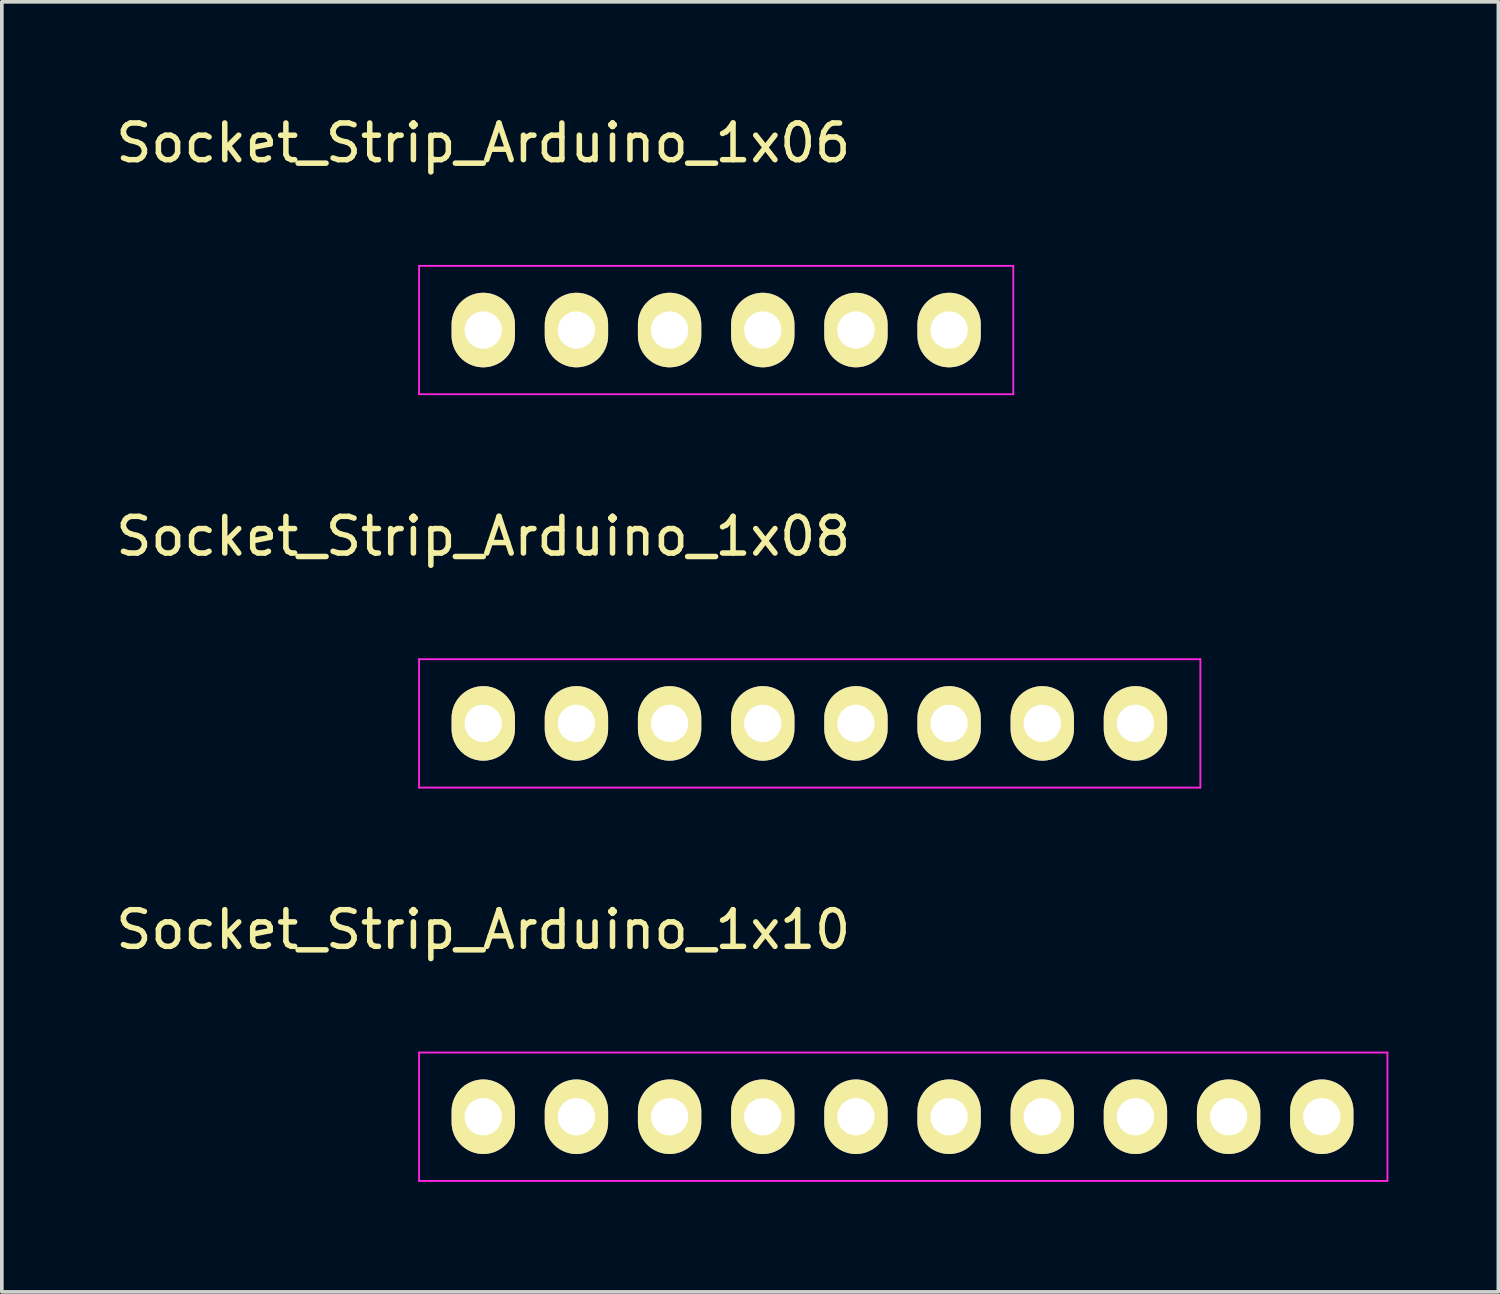
<source format=kicad_pcb>
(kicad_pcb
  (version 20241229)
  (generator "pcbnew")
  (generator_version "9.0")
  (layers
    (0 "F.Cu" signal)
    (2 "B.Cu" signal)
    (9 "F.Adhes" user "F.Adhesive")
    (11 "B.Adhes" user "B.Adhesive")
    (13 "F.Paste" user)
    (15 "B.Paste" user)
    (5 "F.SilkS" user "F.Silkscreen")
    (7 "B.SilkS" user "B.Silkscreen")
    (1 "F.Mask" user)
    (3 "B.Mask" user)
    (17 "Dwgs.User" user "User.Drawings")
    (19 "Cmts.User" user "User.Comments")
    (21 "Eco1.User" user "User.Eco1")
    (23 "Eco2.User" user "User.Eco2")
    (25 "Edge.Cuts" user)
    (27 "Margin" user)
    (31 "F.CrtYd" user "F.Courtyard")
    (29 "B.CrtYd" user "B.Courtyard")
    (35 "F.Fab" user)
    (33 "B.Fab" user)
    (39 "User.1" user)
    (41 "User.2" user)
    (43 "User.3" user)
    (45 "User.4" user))
  (footprint "Socket_Strip_Arduino_1x06"
    (layer "F.Cu")
    (at 10.125 5.948)
    (property "Reference" "Socket_Strip_Arduino_1x06" (at 0 -5.1 0) (layer "F.SilkS") (effects (font (size 1 1) (thickness 0.15))))
    (attr through_hole)
    (fp_line (start -1.75 -1.75) (end -1.75 1.75) (stroke (width 0.05) (type solid)) (layer "F.CrtYd"))
    (fp_line (start -1.75 -1.75) (end 14.45 -1.75) (stroke (width 0.05) (type solid)) (layer "F.CrtYd"))
    (fp_line (start -1.75 1.75) (end 14.45 1.75) (stroke (width 0.05) (type solid)) (layer "F.CrtYd"))
    (fp_line (start 14.45 -1.75) (end 14.45 1.75) (stroke (width 0.05) (type solid)) (layer "F.CrtYd"))
    (pad "1" thru_hole oval (at 0 0) (size 1.727 2.032) (drill 1.016) (layers "*.Cu" "*.Mask" "F.SilkS"))
    (pad "2" thru_hole oval (at 2.54 0) (size 1.727 2.032) (drill 1.016) (layers "*.Cu" "*.Mask" "F.SilkS"))
    (pad "3" thru_hole oval (at 5.08 0) (size 1.727 2.032) (drill 1.016) (layers "*.Cu" "*.Mask" "F.SilkS"))
    (pad "4" thru_hole oval (at 7.62 0) (size 1.727 2.032) (drill 1.016) (layers "*.Cu" "*.Mask" "F.SilkS"))
    (pad "5" thru_hole oval (at 10.16 0) (size 1.727 2.032) (drill 1.016) (layers "*.Cu" "*.Mask" "F.SilkS"))
    (pad "6" thru_hole oval (at 12.7 0) (size 1.727 2.032) (drill 1.016) (layers "*.Cu" "*.Mask" "F.SilkS")))
  (footprint "Socket_Strip_Arduino_1x10"
    (layer "F.Cu")
    (at 10.125 27.395)
    (property "Reference" "Socket_Strip_Arduino_1x10" (at 0 -5.1 0) (layer "F.SilkS") (effects (font (size 1 1) (thickness 0.15))))
    (attr through_hole)
    (fp_line (start -1.75 -1.75) (end -1.75 1.75) (stroke (width 0.05) (type solid)) (layer "F.CrtYd"))
    (fp_line (start -1.75 -1.75) (end 24.65 -1.75) (stroke (width 0.05) (type solid)) (layer "F.CrtYd"))
    (fp_line (start -1.75 1.75) (end 24.65 1.75) (stroke (width 0.05) (type solid)) (layer "F.CrtYd"))
    (fp_line (start 24.65 -1.75) (end 24.65 1.75) (stroke (width 0.05) (type solid)) (layer "F.CrtYd"))
    (pad "1" thru_hole oval (at 0 0) (size 1.727 2.032) (drill 1.016) (layers "*.Cu" "*.Mask" "F.SilkS"))
    (pad "2" thru_hole oval (at 2.54 0) (size 1.727 2.032) (drill 1.016) (layers "*.Cu" "*.Mask" "F.SilkS"))
    (pad "3" thru_hole oval (at 5.08 0) (size 1.727 2.032) (drill 1.016) (layers "*.Cu" "*.Mask" "F.SilkS"))
    (pad "4" thru_hole oval (at 7.62 0) (size 1.727 2.032) (drill 1.016) (layers "*.Cu" "*.Mask" "F.SilkS"))
    (pad "5" thru_hole oval (at 10.16 0) (size 1.727 2.032) (drill 1.016) (layers "*.Cu" "*.Mask" "F.SilkS"))
    (pad "6" thru_hole oval (at 12.7 0) (size 1.727 2.032) (drill 1.016) (layers "*.Cu" "*.Mask" "F.SilkS"))
    (pad "7" thru_hole oval (at 15.24 0) (size 1.727 2.032) (drill 1.016) (layers "*.Cu" "*.Mask" "F.SilkS"))
    (pad "8" thru_hole oval (at 17.78 0) (size 1.727 2.032) (drill 1.016) (layers "*.Cu" "*.Mask" "F.SilkS"))
    (pad "9" thru_hole oval (at 20.32 0) (size 1.727 2.032) (drill 1.016) (layers "*.Cu" "*.Mask" "F.SilkS"))
    (pad "10" thru_hole oval (at 22.86 0) (size 1.727 2.032) (drill 1.016) (layers "*.Cu" "*.Mask" "F.SilkS")))
  (footprint "Socket_Strip_Arduino_1x08"
    (layer "F.Cu")
    (at 10.125 16.672)
    (property "Reference" "Socket_Strip_Arduino_1x08" (at 0 -5.1 0) (layer "F.SilkS") (effects (font (size 1 1) (thickness 0.15))))
    (attr through_hole)
    (fp_line (start -1.75 -1.75) (end -1.75 1.75) (stroke (width 0.05) (type solid)) (layer "F.CrtYd"))
    (fp_line (start -1.75 -1.75) (end 19.55 -1.75) (stroke (width 0.05) (type solid)) (layer "F.CrtYd"))
    (fp_line (start -1.75 1.75) (end 19.55 1.75) (stroke (width 0.05) (type solid)) (layer "F.CrtYd"))
    (fp_line (start 19.55 -1.75) (end 19.55 1.75) (stroke (width 0.05) (type solid)) (layer "F.CrtYd"))
    (pad "1" thru_hole oval (at 0 0) (size 1.727 2.032) (drill 1.016) (layers "*.Cu" "*.Mask" "F.SilkS"))
    (pad "2" thru_hole oval (at 2.54 0) (size 1.727 2.032) (drill 1.016) (layers "*.Cu" "*.Mask" "F.SilkS"))
    (pad "3" thru_hole oval (at 5.08 0) (size 1.727 2.032) (drill 1.016) (layers "*.Cu" "*.Mask" "F.SilkS"))
    (pad "4" thru_hole oval (at 7.62 0) (size 1.727 2.032) (drill 1.016) (layers "*.Cu" "*.Mask" "F.SilkS"))
    (pad "5" thru_hole oval (at 10.16 0) (size 1.727 2.032) (drill 1.016) (layers "*.Cu" "*.Mask" "F.SilkS"))
    (pad "6" thru_hole oval (at 12.7 0) (size 1.727 2.032) (drill 1.016) (layers "*.Cu" "*.Mask" "F.SilkS"))
    (pad "7" thru_hole oval (at 15.24 0) (size 1.727 2.032) (drill 1.016) (layers "*.Cu" "*.Mask" "F.SilkS"))
    (pad "8" thru_hole oval (at 17.78 0) (size 1.727 2.032) (drill 1.016) (layers "*.Cu" "*.Mask" "F.SilkS")))
  (gr_rect
    (start -3 -3)
    (end 37.8 32.17)
    (stroke (width 0.1) (type default))
    (fill no)
    (layer "Edge.Cuts")))
</source>
